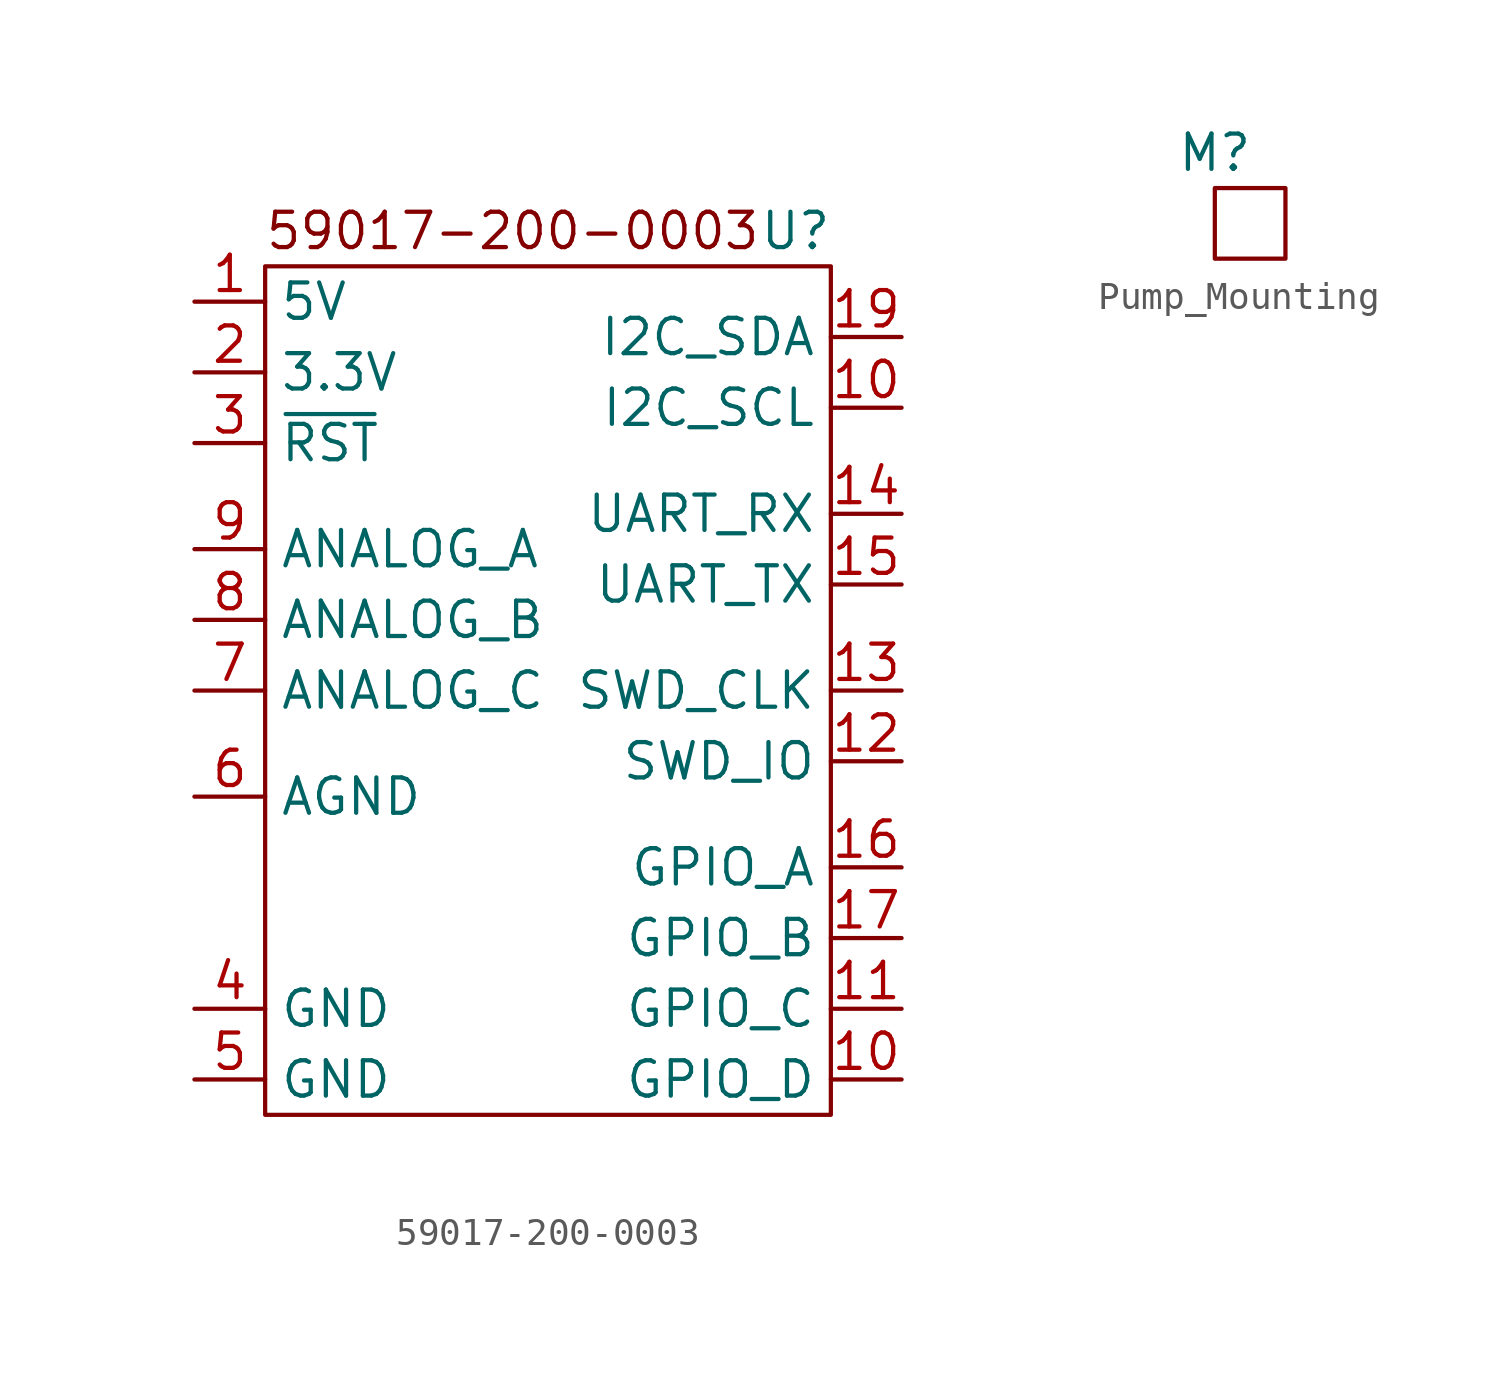
<source format=kicad_sym>
(kicad_symbol_lib
  (version 20220914)
  (generator kicad_symbol_editor)
  (symbol "59017-200-0003"
    (property "Reference" "U"
      (at 8.89 12.7 0)
      (effects (font (size 1.27 1.27))))
    (property "Value" ""
      (at 0 0 0)
      (effects (font (size 1.27 1.27))))
    (symbol "59017-200-0003_0_1"
      (polyline (pts (xy -10.16 11.43) (xy 10.16 11.43) (xy 10.16 -19.05) (xy -10.16 -19.05) (xy -10.16 11.43)) (stroke (width 0.152) (type solid)) (fill (type none))))
    (symbol "59017-200-0003_1_1"
      (text "59017-200-0003" (at -1.27 12.7 0) (effects (font (size 1.27 1.27))))
      (pin power_in line (at -12.7 10.16 0) (length 2.54) (name "5V" (effects (font (size 1.27 1.27)))) (number "1" (effects (font (size 1.27 1.27)))))
      (pin bidirectional line (at 12.7 -17.78 180) (length 2.54) (name "GPIO_D" (effects (font (size 1.27 1.27)))) (number "10" (effects (font (size 1.27 1.27)))))
      (pin input line (at 12.7 6.35 180) (length 2.54) (name "I2C_SCL" (effects (font (size 1.27 1.27)))) (number "10" (effects (font (size 1.27 1.27)))))
      (pin bidirectional line (at 12.7 -15.24 180) (length 2.54) (name "GPIO_C" (effects (font (size 1.27 1.27)))) (number "11" (effects (font (size 1.27 1.27)))))
      (pin bidirectional line (at 12.7 -6.35 180) (length 2.54) (name "SWD_IO" (effects (font (size 1.27 1.27)))) (number "12" (effects (font (size 1.27 1.27)))))
      (pin input line (at 12.7 -3.81 180) (length 2.54) (name "SWD_CLK" (effects (font (size 1.27 1.27)))) (number "13" (effects (font (size 1.27 1.27)))))
      (pin bidirectional line (at 12.7 2.54 180) (length 2.54) (name "UART_RX" (effects (font (size 1.27 1.27)))) (number "14" (effects (font (size 1.27 1.27)))))
      (pin output line (at 12.7 0 180) (length 2.54) (name "UART_TX" (effects (font (size 1.27 1.27)))) (number "15" (effects (font (size 1.27 1.27)))))
      (pin bidirectional line (at 12.7 -10.16 180) (length 2.54) (name "GPIO_A" (effects (font (size 1.27 1.27)))) (number "16" (effects (font (size 1.27 1.27)))))
      (pin bidirectional line (at 12.7 -12.7 180) (length 2.54) (name "GPIO_B" (effects (font (size 1.27 1.27)))) (number "17" (effects (font (size 1.27 1.27)))))
      (pin bidirectional line (at 12.7 8.89 180) (length 2.54) (name "I2C_SDA" (effects (font (size 1.27 1.27)))) (number "19" (effects (font (size 1.27 1.27)))))
      (pin power_out line (at -12.7 7.62 0) (length 2.54) (name "3.3V" (effects (font (size 1.27 1.27)))) (number "2" (effects (font (size 1.27 1.27)))))
      (pin input line (at -12.7 5.08 0) (length 2.54) (name "~{RST}" (effects (font (size 1.27 1.27)))) (number "3" (effects (font (size 1.27 1.27)))))
      (pin power_in line (at -12.7 -15.24 0) (length 2.54) (name "GND" (effects (font (size 1.27 1.27)))) (number "4" (effects (font (size 1.27 1.27)))))
      (pin power_in line (at -12.7 -17.78 0) (length 2.54) (name "GND" (effects (font (size 1.27 1.27)))) (number "5" (effects (font (size 1.27 1.27)))))
      (pin power_in line (at -12.7 -7.62 0) (length 2.54) (name "AGND" (effects (font (size 1.27 1.27)))) (number "6" (effects (font (size 1.27 1.27)))))
      (pin unspecified line (at -12.7 -3.81 0) (length 2.54) (name "ANALOG_C" (effects (font (size 1.27 1.27)))) (number "7" (effects (font (size 1.27 1.27)))))
      (pin unspecified line (at -12.7 -1.27 0) (length 2.54) (name "ANALOG_B" (effects (font (size 1.27 1.27)))) (number "8" (effects (font (size 1.27 1.27)))))
      (pin unspecified line (at -12.7 1.27 0) (length 2.54) (name "ANALOG_A" (effects (font (size 1.27 1.27)))) (number "9" (effects (font (size 1.27 1.27)))))))
  (symbol "Pump_Mounting"
    (property "Reference" "M"
      (at -1.27 2.54 0)
      (effects (font (size 1.27 1.27))))
    (property "Value" ""
      (at -1.27 1.27 0)
      (effects (font (size 1.27 1.27))))
    (symbol "Pump_Mounting_0_1"
      (rectangle (start -1.27 1.27) (end 1.27 -1.27) (stroke (width 0) (type default)) (fill (type none))))))
</source>
